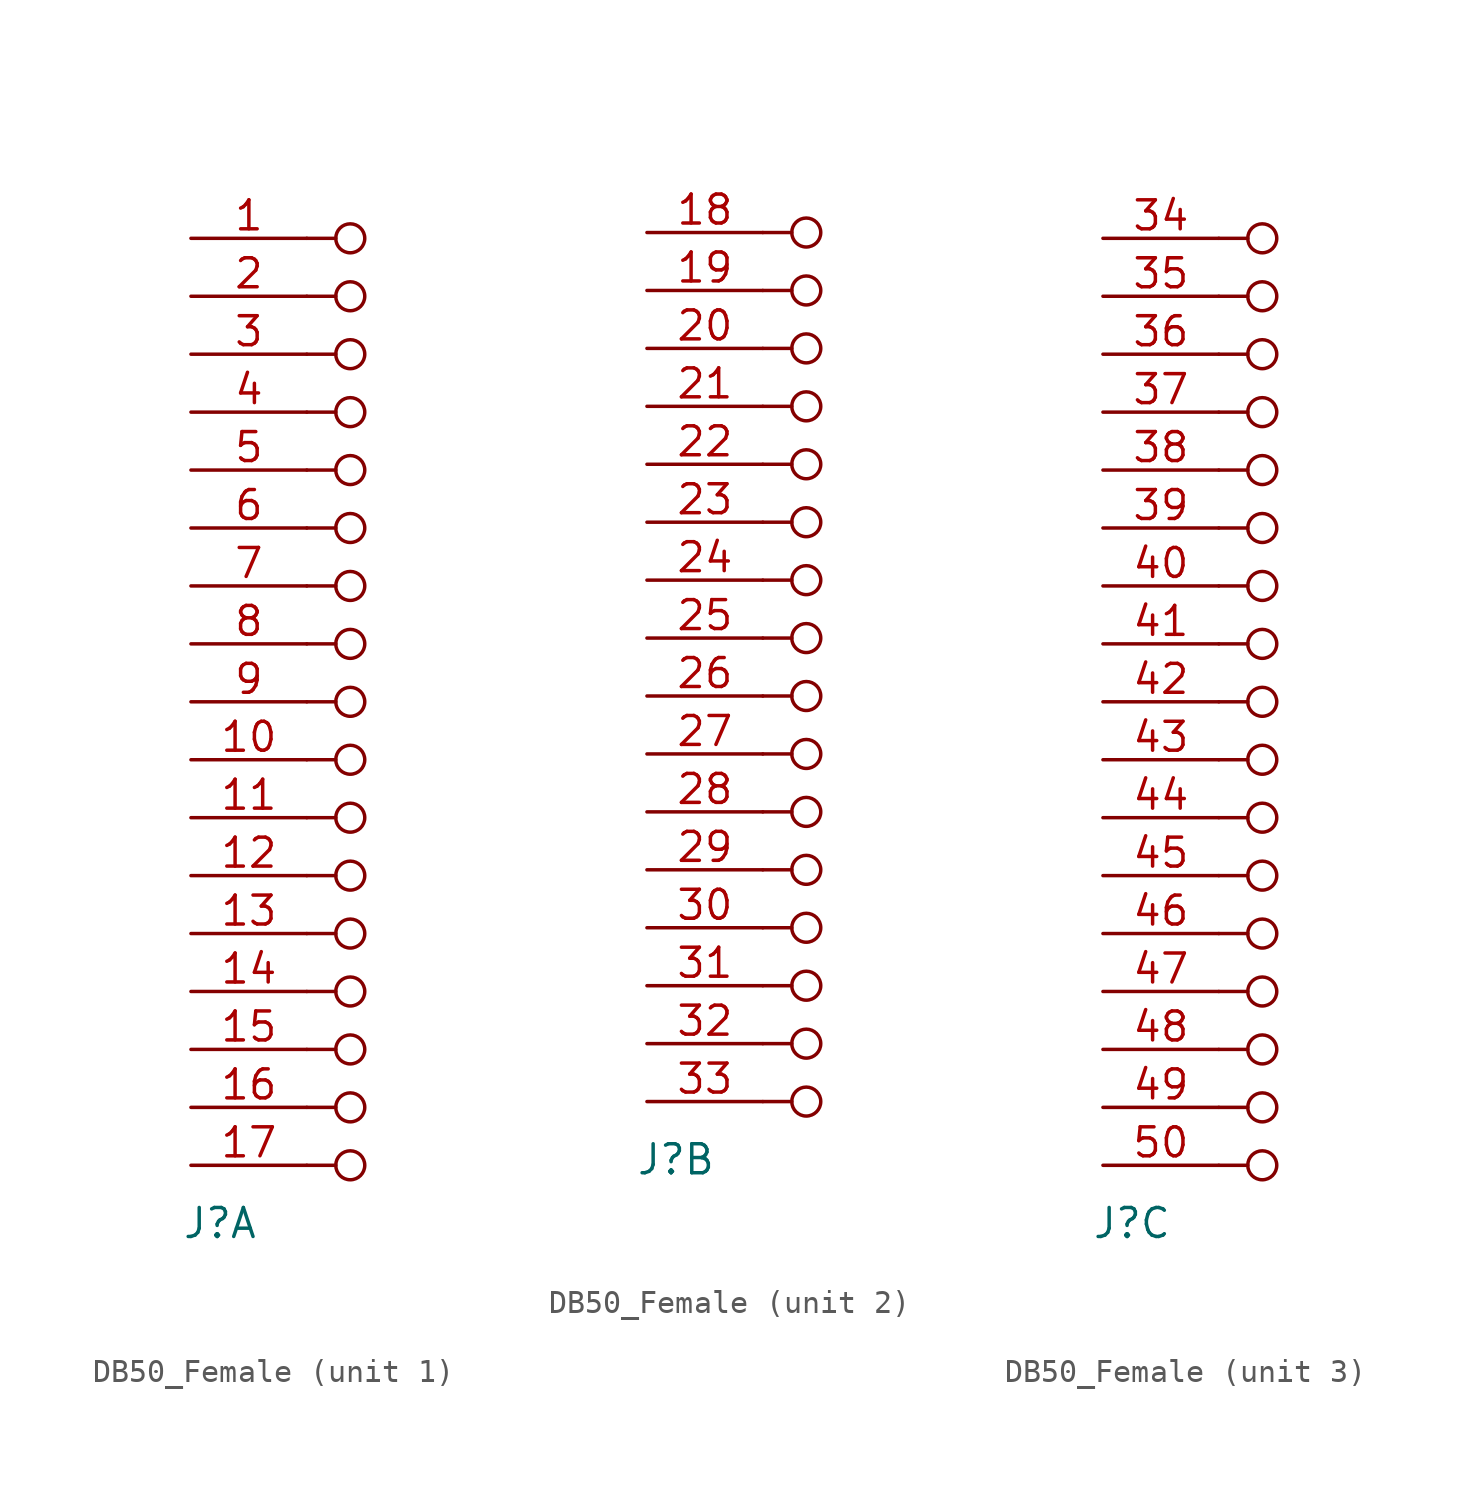
<source format=kicad_sym>
(kicad_symbol_lib
  (version 20220914)
  (generator kicad_symbol_editor)
  (symbol "DB50_Female"
    (pin_names
      (offset 1.016) hide)
    (property "Reference" "J"
      (at -3.81 -2.54 0)
      (effects (font (size 1.27 1.27))))
    (property "ki_locked" ""
      (at 0 0 0)
      (effects (font (size 1.27 1.27))))
    (symbol "DB50_Female_1_1"
      (polyline (pts (xy 0 0) (xy 1.27 0)) (stroke (width 0) (type solid)) (fill (type none)))
      (polyline (pts (xy 0 2.54) (xy 1.27 2.54)) (stroke (width 0) (type solid)) (fill (type none)))
      (polyline (pts (xy 0 5.08) (xy 1.27 5.08)) (stroke (width 0) (type solid)) (fill (type none)))
      (polyline (pts (xy 0 7.62) (xy 1.27 7.62)) (stroke (width 0) (type solid)) (fill (type none)))
      (polyline (pts (xy 0 10.16) (xy 1.27 10.16)) (stroke (width 0) (type solid)) (fill (type none)))
      (polyline (pts (xy 0 12.7) (xy 1.27 12.7)) (stroke (width 0) (type solid)) (fill (type none)))
      (polyline (pts (xy 0 15.24) (xy 1.27 15.24)) (stroke (width 0) (type solid)) (fill (type none)))
      (polyline (pts (xy 0 17.78) (xy 1.27 17.78)) (stroke (width 0) (type solid)) (fill (type none)))
      (polyline (pts (xy 0 20.32) (xy 1.27 20.32)) (stroke (width 0) (type solid)) (fill (type none)))
      (polyline (pts (xy 0 22.86) (xy 1.27 22.86)) (stroke (width 0) (type solid)) (fill (type none)))
      (polyline (pts (xy 0 25.4) (xy 1.27 25.4)) (stroke (width 0) (type solid)) (fill (type none)))
      (polyline (pts (xy 0 27.94) (xy 1.27 27.94)) (stroke (width 0) (type solid)) (fill (type none)))
      (polyline (pts (xy 0 30.48) (xy 1.27 30.48)) (stroke (width 0) (type solid)) (fill (type none)))
      (polyline (pts (xy 0 33.02) (xy 1.27 33.02)) (stroke (width 0) (type solid)) (fill (type none)))
      (polyline (pts (xy 0 35.56) (xy 1.27 35.56)) (stroke (width 0) (type solid)) (fill (type none)))
      (polyline (pts (xy 0 38.1) (xy 1.27 38.1)) (stroke (width 0) (type solid)) (fill (type none)))
      (polyline (pts (xy 0 40.64) (xy 1.27 40.64)) (stroke (width 0) (type solid)) (fill (type none)))
      (circle (center 1.905 0) (radius 0.635) (stroke (width 0) (type solid)) (fill (type none)))
      (circle (center 1.905 2.54) (radius 0.635) (stroke (width 0) (type solid)) (fill (type none)))
      (circle (center 1.905 5.08) (radius 0.635) (stroke (width 0) (type solid)) (fill (type none)))
      (circle (center 1.905 7.62) (radius 0.635) (stroke (width 0) (type solid)) (fill (type none)))
      (circle (center 1.905 10.16) (radius 0.635) (stroke (width 0) (type solid)) (fill (type none)))
      (circle (center 1.905 12.7) (radius 0.635) (stroke (width 0) (type solid)) (fill (type none)))
      (circle (center 1.905 15.24) (radius 0.635) (stroke (width 0) (type solid)) (fill (type none)))
      (circle (center 1.905 17.78) (radius 0.635) (stroke (width 0) (type solid)) (fill (type none)))
      (circle (center 1.905 20.32) (radius 0.635) (stroke (width 0) (type solid)) (fill (type none)))
      (circle (center 1.905 22.86) (radius 0.635) (stroke (width 0) (type solid)) (fill (type none)))
      (circle (center 1.905 25.4) (radius 0.635) (stroke (width 0) (type solid)) (fill (type none)))
      (circle (center 1.905 27.94) (radius 0.635) (stroke (width 0) (type solid)) (fill (type none)))
      (circle (center 1.905 30.48) (radius 0.635) (stroke (width 0) (type solid)) (fill (type none)))
      (circle (center 1.905 33.02) (radius 0.635) (stroke (width 0) (type solid)) (fill (type none)))
      (circle (center 1.905 35.56) (radius 0.635) (stroke (width 0) (type solid)) (fill (type none)))
      (circle (center 1.905 38.1) (radius 0.635) (stroke (width 0) (type solid)) (fill (type none)))
      (circle (center 1.905 40.64) (radius 0.635) (stroke (width 0) (type solid)) (fill (type none)))
      (pin passive line (at -5.08 40.64 0) (length 5.08) (name "1" (effects (font (size 1.27 1.27)))) (number "1" (effects (font (size 1.27 1.27)))))
      (pin passive line (at -5.08 17.78 0) (length 5.08) (name "10" (effects (font (size 1.27 1.27)))) (number "10" (effects (font (size 1.27 1.27)))))
      (pin passive line (at -5.08 15.24 0) (length 5.08) (name "11" (effects (font (size 1.27 1.27)))) (number "11" (effects (font (size 1.27 1.27)))))
      (pin passive line (at -5.08 12.7 0) (length 5.08) (name "12" (effects (font (size 1.27 1.27)))) (number "12" (effects (font (size 1.27 1.27)))))
      (pin passive line (at -5.08 10.16 0) (length 5.08) (name "13" (effects (font (size 1.27 1.27)))) (number "13" (effects (font (size 1.27 1.27)))))
      (pin passive line (at -5.08 7.62 0) (length 5.08) (name "14" (effects (font (size 1.27 1.27)))) (number "14" (effects (font (size 1.27 1.27)))))
      (pin passive line (at -5.08 5.08 0) (length 5.08) (name "15" (effects (font (size 1.27 1.27)))) (number "15" (effects (font (size 1.27 1.27)))))
      (pin passive line (at -5.08 2.54 0) (length 5.08) (name "16" (effects (font (size 1.27 1.27)))) (number "16" (effects (font (size 1.27 1.27)))))
      (pin passive line (at -5.08 0 0) (length 5.08) (name "17" (effects (font (size 1.27 1.27)))) (number "17" (effects (font (size 1.27 1.27)))))
      (pin passive line (at -5.08 38.1 0) (length 5.08) (name "2" (effects (font (size 1.27 1.27)))) (number "2" (effects (font (size 1.27 1.27)))))
      (pin passive line (at -5.08 35.56 0) (length 5.08) (name "3" (effects (font (size 1.27 1.27)))) (number "3" (effects (font (size 1.27 1.27)))))
      (pin passive line (at -5.08 33.02 0) (length 5.08) (name "4" (effects (font (size 1.27 1.27)))) (number "4" (effects (font (size 1.27 1.27)))))
      (pin passive line (at -5.08 30.48 0) (length 5.08) (name "5" (effects (font (size 1.27 1.27)))) (number "5" (effects (font (size 1.27 1.27)))))
      (pin passive line (at -5.08 27.94 0) (length 5.08) (name "6" (effects (font (size 1.27 1.27)))) (number "6" (effects (font (size 1.27 1.27)))))
      (pin passive line (at -5.08 25.4 0) (length 5.08) (name "7" (effects (font (size 1.27 1.27)))) (number "7" (effects (font (size 1.27 1.27)))))
      (pin passive line (at -5.08 22.86 0) (length 5.08) (name "8" (effects (font (size 1.27 1.27)))) (number "8" (effects (font (size 1.27 1.27)))))
      (pin passive line (at -5.08 20.32 0) (length 5.08) (name "9" (effects (font (size 1.27 1.27)))) (number "9" (effects (font (size 1.27 1.27))))))
    (symbol "DB50_Female_2_1"
      (polyline (pts (xy 0 0) (xy 1.27 0)) (stroke (width 0) (type solid)) (fill (type none)))
      (polyline (pts (xy 0 2.54) (xy 1.27 2.54)) (stroke (width 0) (type solid)) (fill (type none)))
      (polyline (pts (xy 0 5.08) (xy 1.27 5.08)) (stroke (width 0) (type solid)) (fill (type none)))
      (polyline (pts (xy 0 7.62) (xy 1.27 7.62)) (stroke (width 0) (type solid)) (fill (type none)))
      (polyline (pts (xy 0 10.16) (xy 1.27 10.16)) (stroke (width 0) (type solid)) (fill (type none)))
      (polyline (pts (xy 0 12.7) (xy 1.27 12.7)) (stroke (width 0) (type solid)) (fill (type none)))
      (polyline (pts (xy 0 15.24) (xy 1.27 15.24)) (stroke (width 0) (type solid)) (fill (type none)))
      (polyline (pts (xy 0 17.78) (xy 1.27 17.78)) (stroke (width 0) (type solid)) (fill (type none)))
      (polyline (pts (xy 0 20.32) (xy 1.27 20.32)) (stroke (width 0) (type solid)) (fill (type none)))
      (polyline (pts (xy 0 22.86) (xy 1.27 22.86)) (stroke (width 0) (type solid)) (fill (type none)))
      (polyline (pts (xy 0 25.4) (xy 1.27 25.4)) (stroke (width 0) (type solid)) (fill (type none)))
      (polyline (pts (xy 0 27.94) (xy 1.27 27.94)) (stroke (width 0) (type solid)) (fill (type none)))
      (polyline (pts (xy 0 30.48) (xy 1.27 30.48)) (stroke (width 0) (type solid)) (fill (type none)))
      (polyline (pts (xy 0 33.02) (xy 1.27 33.02)) (stroke (width 0) (type solid)) (fill (type none)))
      (polyline (pts (xy 0 35.56) (xy 1.27 35.56)) (stroke (width 0) (type solid)) (fill (type none)))
      (polyline (pts (xy 0 38.1) (xy 1.27 38.1)) (stroke (width 0) (type solid)) (fill (type none)))
      (circle (center 1.905 0) (radius 0.635) (stroke (width 0) (type solid)) (fill (type none)))
      (circle (center 1.905 2.54) (radius 0.635) (stroke (width 0) (type solid)) (fill (type none)))
      (circle (center 1.905 5.08) (radius 0.635) (stroke (width 0) (type solid)) (fill (type none)))
      (circle (center 1.905 7.62) (radius 0.635) (stroke (width 0) (type solid)) (fill (type none)))
      (circle (center 1.905 10.16) (radius 0.635) (stroke (width 0) (type solid)) (fill (type none)))
      (circle (center 1.905 12.7) (radius 0.635) (stroke (width 0) (type solid)) (fill (type none)))
      (circle (center 1.905 15.24) (radius 0.635) (stroke (width 0) (type solid)) (fill (type none)))
      (circle (center 1.905 17.78) (radius 0.635) (stroke (width 0) (type solid)) (fill (type none)))
      (circle (center 1.905 20.32) (radius 0.635) (stroke (width 0) (type solid)) (fill (type none)))
      (circle (center 1.905 22.86) (radius 0.635) (stroke (width 0) (type solid)) (fill (type none)))
      (circle (center 1.905 25.4) (radius 0.635) (stroke (width 0) (type solid)) (fill (type none)))
      (circle (center 1.905 27.94) (radius 0.635) (stroke (width 0) (type solid)) (fill (type none)))
      (circle (center 1.905 30.48) (radius 0.635) (stroke (width 0) (type solid)) (fill (type none)))
      (circle (center 1.905 33.02) (radius 0.635) (stroke (width 0) (type solid)) (fill (type none)))
      (circle (center 1.905 35.56) (radius 0.635) (stroke (width 0) (type solid)) (fill (type none)))
      (circle (center 1.905 38.1) (radius 0.635) (stroke (width 0) (type solid)) (fill (type none)))
      (pin passive line (at -5.08 38.1 0) (length 5.08) (name "18" (effects (font (size 1.27 1.27)))) (number "18" (effects (font (size 1.27 1.27)))))
      (pin passive line (at -5.08 35.56 0) (length 5.08) (name "19" (effects (font (size 1.27 1.27)))) (number "19" (effects (font (size 1.27 1.27)))))
      (pin passive line (at -5.08 33.02 0) (length 5.08) (name "20" (effects (font (size 1.27 1.27)))) (number "20" (effects (font (size 1.27 1.27)))))
      (pin passive line (at -5.08 30.48 0) (length 5.08) (name "21" (effects (font (size 1.27 1.27)))) (number "21" (effects (font (size 1.27 1.27)))))
      (pin passive line (at -5.08 27.94 0) (length 5.08) (name "22" (effects (font (size 1.27 1.27)))) (number "22" (effects (font (size 1.27 1.27)))))
      (pin passive line (at -5.08 25.4 0) (length 5.08) (name "23" (effects (font (size 1.27 1.27)))) (number "23" (effects (font (size 1.27 1.27)))))
      (pin passive line (at -5.08 22.86 0) (length 5.08) (name "24" (effects (font (size 1.27 1.27)))) (number "24" (effects (font (size 1.27 1.27)))))
      (pin passive line (at -5.08 20.32 0) (length 5.08) (name "25" (effects (font (size 1.27 1.27)))) (number "25" (effects (font (size 1.27 1.27)))))
      (pin passive line (at -5.08 17.78 0) (length 5.08) (name "26" (effects (font (size 1.27 1.27)))) (number "26" (effects (font (size 1.27 1.27)))))
      (pin passive line (at -5.08 15.24 0) (length 5.08) (name "27" (effects (font (size 1.27 1.27)))) (number "27" (effects (font (size 1.27 1.27)))))
      (pin passive line (at -5.08 12.7 0) (length 5.08) (name "28" (effects (font (size 1.27 1.27)))) (number "28" (effects (font (size 1.27 1.27)))))
      (pin passive line (at -5.08 10.16 0) (length 5.08) (name "29" (effects (font (size 1.27 1.27)))) (number "29" (effects (font (size 1.27 1.27)))))
      (pin passive line (at -5.08 7.62 0) (length 5.08) (name "30" (effects (font (size 1.27 1.27)))) (number "30" (effects (font (size 1.27 1.27)))))
      (pin passive line (at -5.08 5.08 0) (length 5.08) (name "31" (effects (font (size 1.27 1.27)))) (number "31" (effects (font (size 1.27 1.27)))))
      (pin passive line (at -5.08 2.54 0) (length 5.08) (name "32" (effects (font (size 1.27 1.27)))) (number "32" (effects (font (size 1.27 1.27)))))
      (pin passive line (at -5.08 0 0) (length 5.08) (name "33" (effects (font (size 1.27 1.27)))) (number "33" (effects (font (size 1.27 1.27))))))
    (symbol "DB50_Female_3_1"
      (polyline (pts (xy 0 0) (xy 1.27 0)) (stroke (width 0) (type solid)) (fill (type none)))
      (polyline (pts (xy 0 2.54) (xy 1.27 2.54)) (stroke (width 0) (type solid)) (fill (type none)))
      (polyline (pts (xy 0 5.08) (xy 1.27 5.08)) (stroke (width 0) (type solid)) (fill (type none)))
      (polyline (pts (xy 0 7.62) (xy 1.27 7.62)) (stroke (width 0) (type solid)) (fill (type none)))
      (polyline (pts (xy 0 10.16) (xy 1.27 10.16)) (stroke (width 0) (type solid)) (fill (type none)))
      (polyline (pts (xy 0 12.7) (xy 1.27 12.7)) (stroke (width 0) (type solid)) (fill (type none)))
      (polyline (pts (xy 0 15.24) (xy 1.27 15.24)) (stroke (width 0) (type solid)) (fill (type none)))
      (polyline (pts (xy 0 17.78) (xy 1.27 17.78)) (stroke (width 0) (type solid)) (fill (type none)))
      (polyline (pts (xy 0 20.32) (xy 1.27 20.32)) (stroke (width 0) (type solid)) (fill (type none)))
      (polyline (pts (xy 0 22.86) (xy 1.27 22.86)) (stroke (width 0) (type solid)) (fill (type none)))
      (polyline (pts (xy 0 25.4) (xy 1.27 25.4)) (stroke (width 0) (type solid)) (fill (type none)))
      (polyline (pts (xy 0 27.94) (xy 1.27 27.94)) (stroke (width 0) (type solid)) (fill (type none)))
      (polyline (pts (xy 0 30.48) (xy 1.27 30.48)) (stroke (width 0) (type solid)) (fill (type none)))
      (polyline (pts (xy 0 33.02) (xy 1.27 33.02)) (stroke (width 0) (type solid)) (fill (type none)))
      (polyline (pts (xy 0 35.56) (xy 1.27 35.56)) (stroke (width 0) (type solid)) (fill (type none)))
      (polyline (pts (xy 0 38.1) (xy 1.27 38.1)) (stroke (width 0) (type solid)) (fill (type none)))
      (polyline (pts (xy 0 40.64) (xy 1.27 40.64)) (stroke (width 0) (type solid)) (fill (type none)))
      (circle (center 1.905 0) (radius 0.635) (stroke (width 0) (type solid)) (fill (type none)))
      (circle (center 1.905 2.54) (radius 0.635) (stroke (width 0) (type solid)) (fill (type none)))
      (circle (center 1.905 5.08) (radius 0.635) (stroke (width 0) (type solid)) (fill (type none)))
      (circle (center 1.905 7.62) (radius 0.635) (stroke (width 0) (type solid)) (fill (type none)))
      (circle (center 1.905 10.16) (radius 0.635) (stroke (width 0) (type solid)) (fill (type none)))
      (circle (center 1.905 12.7) (radius 0.635) (stroke (width 0) (type solid)) (fill (type none)))
      (circle (center 1.905 15.24) (radius 0.635) (stroke (width 0) (type solid)) (fill (type none)))
      (circle (center 1.905 17.78) (radius 0.635) (stroke (width 0) (type solid)) (fill (type none)))
      (circle (center 1.905 20.32) (radius 0.635) (stroke (width 0) (type solid)) (fill (type none)))
      (circle (center 1.905 22.86) (radius 0.635) (stroke (width 0) (type solid)) (fill (type none)))
      (circle (center 1.905 25.4) (radius 0.635) (stroke (width 0) (type solid)) (fill (type none)))
      (circle (center 1.905 27.94) (radius 0.635) (stroke (width 0) (type solid)) (fill (type none)))
      (circle (center 1.905 30.48) (radius 0.635) (stroke (width 0) (type solid)) (fill (type none)))
      (circle (center 1.905 33.02) (radius 0.635) (stroke (width 0) (type solid)) (fill (type none)))
      (circle (center 1.905 35.56) (radius 0.635) (stroke (width 0) (type solid)) (fill (type none)))
      (circle (center 1.905 38.1) (radius 0.635) (stroke (width 0) (type solid)) (fill (type none)))
      (circle (center 1.905 40.64) (radius 0.635) (stroke (width 0) (type solid)) (fill (type none)))
      (pin passive line (at -5.08 40.64 0) (length 5.08) (name "34" (effects (font (size 1.27 1.27)))) (number "34" (effects (font (size 1.27 1.27)))))
      (pin passive line (at -5.08 38.1 0) (length 5.08) (name "35" (effects (font (size 1.27 1.27)))) (number "35" (effects (font (size 1.27 1.27)))))
      (pin passive line (at -5.08 35.56 0) (length 5.08) (name "36" (effects (font (size 1.27 1.27)))) (number "36" (effects (font (size 1.27 1.27)))))
      (pin passive line (at -5.08 33.02 0) (length 5.08) (name "37" (effects (font (size 1.27 1.27)))) (number "37" (effects (font (size 1.27 1.27)))))
      (pin passive line (at -5.08 30.48 0) (length 5.08) (name "38" (effects (font (size 1.27 1.27)))) (number "38" (effects (font (size 1.27 1.27)))))
      (pin passive line (at -5.08 27.94 0) (length 5.08) (name "39" (effects (font (size 1.27 1.27)))) (number "39" (effects (font (size 1.27 1.27)))))
      (pin passive line (at -5.08 25.4 0) (length 5.08) (name "40" (effects (font (size 1.27 1.27)))) (number "40" (effects (font (size 1.27 1.27)))))
      (pin passive line (at -5.08 22.86 0) (length 5.08) (name "41" (effects (font (size 1.27 1.27)))) (number "41" (effects (font (size 1.27 1.27)))))
      (pin passive line (at -5.08 20.32 0) (length 5.08) (name "42" (effects (font (size 1.27 1.27)))) (number "42" (effects (font (size 1.27 1.27)))))
      (pin passive line (at -5.08 17.78 0) (length 5.08) (name "43" (effects (font (size 1.27 1.27)))) (number "43" (effects (font (size 1.27 1.27)))))
      (pin passive line (at -5.08 15.24 0) (length 5.08) (name "44" (effects (font (size 1.27 1.27)))) (number "44" (effects (font (size 1.27 1.27)))))
      (pin passive line (at -5.08 12.7 0) (length 5.08) (name "45" (effects (font (size 1.27 1.27)))) (number "45" (effects (font (size 1.27 1.27)))))
      (pin passive line (at -5.08 10.16 0) (length 5.08) (name "46" (effects (font (size 1.27 1.27)))) (number "46" (effects (font (size 1.27 1.27)))))
      (pin passive line (at -5.08 7.62 0) (length 5.08) (name "47" (effects (font (size 1.27 1.27)))) (number "47" (effects (font (size 1.27 1.27)))))
      (pin passive line (at -5.08 5.08 0) (length 5.08) (name "48" (effects (font (size 1.27 1.27)))) (number "48" (effects (font (size 1.27 1.27)))))
      (pin passive line (at -5.08 2.54 0) (length 5.08) (name "49" (effects (font (size 1.27 1.27)))) (number "49" (effects (font (size 1.27 1.27)))))
      (pin passive line (at -5.08 0 0) (length 5.08) (name "50" (effects (font (size 1.27 1.27)))) (number "50" (effects (font (size 1.27 1.27))))))))
</source>
